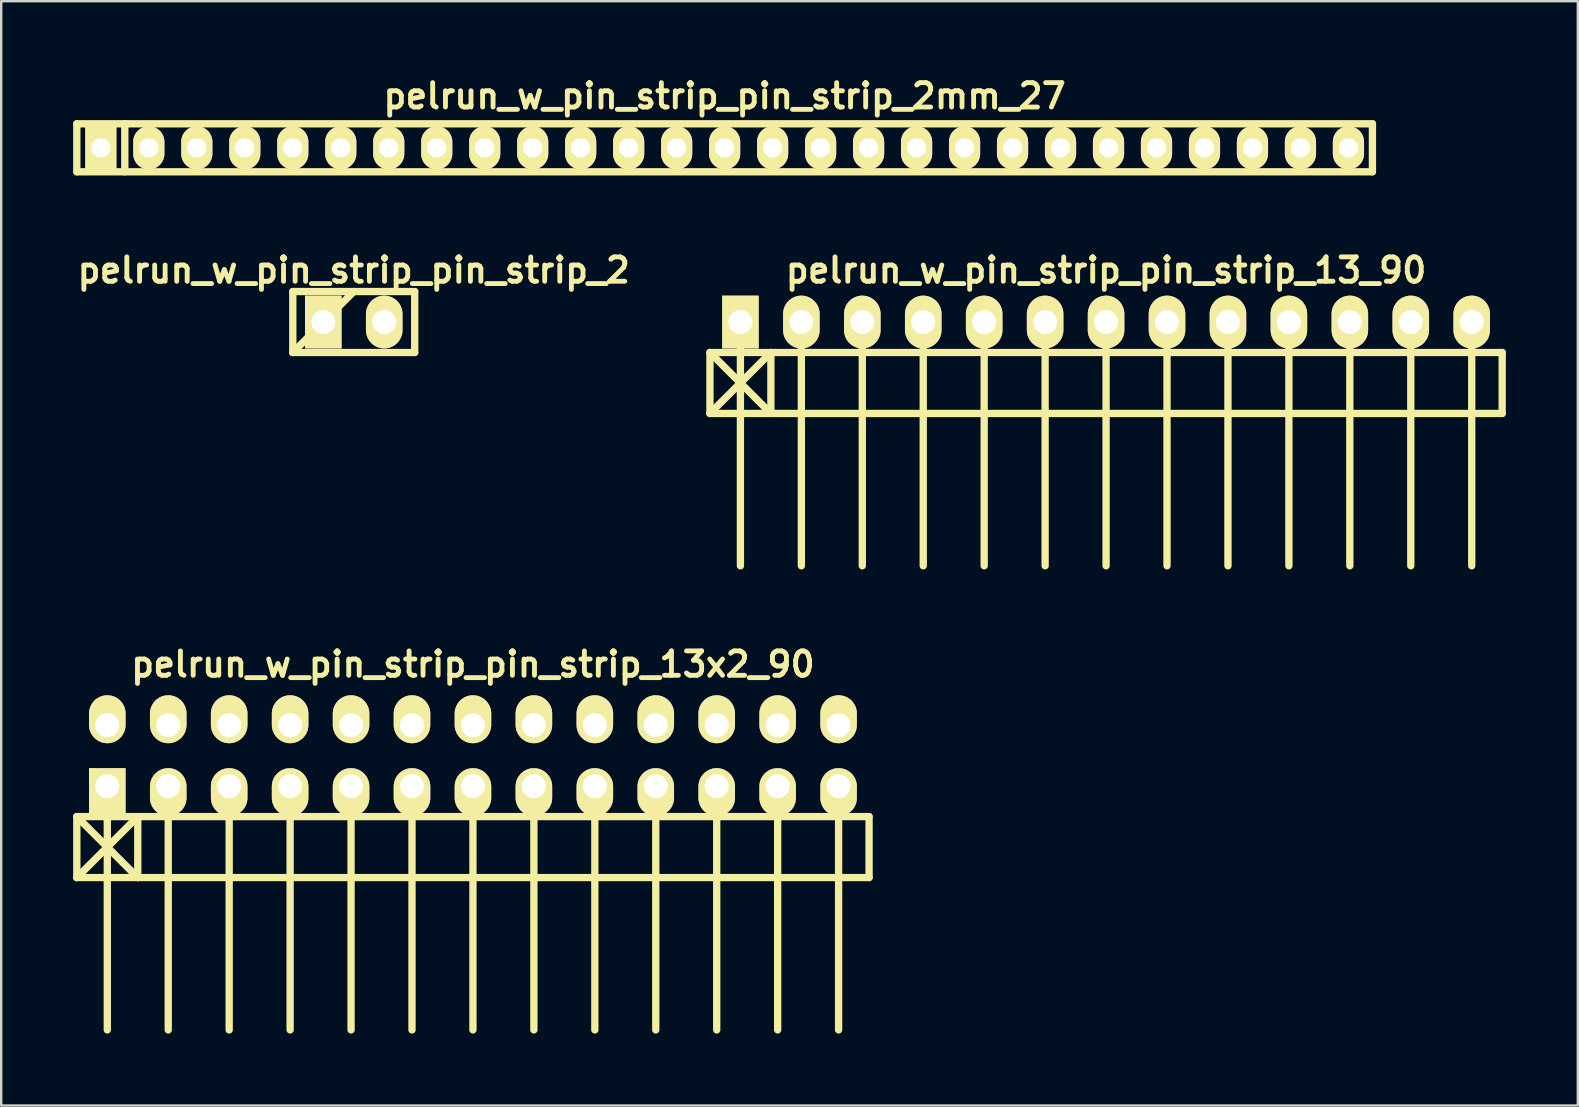
<source format=kicad_pcb>
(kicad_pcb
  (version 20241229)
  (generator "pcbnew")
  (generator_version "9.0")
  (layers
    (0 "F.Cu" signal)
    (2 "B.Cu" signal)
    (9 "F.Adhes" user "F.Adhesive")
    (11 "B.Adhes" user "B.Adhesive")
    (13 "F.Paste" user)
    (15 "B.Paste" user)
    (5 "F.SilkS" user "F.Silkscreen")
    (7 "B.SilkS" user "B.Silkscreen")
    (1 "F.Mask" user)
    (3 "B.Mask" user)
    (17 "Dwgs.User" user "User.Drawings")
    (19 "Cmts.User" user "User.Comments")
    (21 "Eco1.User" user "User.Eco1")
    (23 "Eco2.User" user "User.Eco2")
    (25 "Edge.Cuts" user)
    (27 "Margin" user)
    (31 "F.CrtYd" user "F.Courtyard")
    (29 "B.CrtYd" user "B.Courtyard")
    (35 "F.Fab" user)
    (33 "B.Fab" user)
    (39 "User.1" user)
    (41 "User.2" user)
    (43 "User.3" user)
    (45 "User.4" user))
  (footprint "pelrun_w_pin_strip_pin_strip_13x2_90"
    (layer "F.Cu")
    (at 16.662 28.446)
    (property "Reference" "pelrun_w_pin_strip_pin_strip_13x2_90" (at 0 -3.81 0) (layer "F.SilkS") (effects (font (size 1.016 1.016) (thickness 0.203))))
    (attr through_hole)
    (fp_line (start -16.51 2.54) (end -13.97 5.08) (stroke (width 0.305) (type solid)) (layer "F.SilkS"))
    (fp_line (start -16.51 2.54) (end 16.51 2.54) (stroke (width 0.305) (type solid)) (layer "F.SilkS"))
    (fp_line (start -16.51 5.08) (end -16.51 2.54) (stroke (width 0.305) (type solid)) (layer "F.SilkS"))
    (fp_line (start -15.24 1.27) (end -15.24 11.43) (stroke (width 0.305) (type solid)) (layer "F.SilkS"))
    (fp_line (start -13.97 2.54) (end -16.51 5.08) (stroke (width 0.305) (type solid)) (layer "F.SilkS"))
    (fp_line (start -13.97 5.08) (end -13.97 2.54) (stroke (width 0.305) (type solid)) (layer "F.SilkS"))
    (fp_line (start -12.7 1.27) (end -12.7 11.43) (stroke (width 0.305) (type solid)) (layer "F.SilkS"))
    (fp_line (start -10.16 11.43) (end -10.16 1.27) (stroke (width 0.305) (type solid)) (layer "F.SilkS"))
    (fp_line (start -7.62 1.27) (end -7.62 11.43) (stroke (width 0.305) (type solid)) (layer "F.SilkS"))
    (fp_line (start -5.08 1.27) (end -5.08 11.43) (stroke (width 0.305) (type solid)) (layer "F.SilkS"))
    (fp_line (start -2.54 1.27) (end -2.54 11.43) (stroke (width 0.305) (type solid)) (layer "F.SilkS"))
    (fp_line (start 0 1.27) (end 0 11.43) (stroke (width 0.305) (type solid)) (layer "F.SilkS"))
    (fp_line (start 2.54 1.27) (end 2.54 11.43) (stroke (width 0.305) (type solid)) (layer "F.SilkS"))
    (fp_line (start 5.08 1.27) (end 5.08 11.43) (stroke (width 0.305) (type solid)) (layer "F.SilkS"))
    (fp_line (start 7.62 1.27) (end 7.62 11.43) (stroke (width 0.305) (type solid)) (layer "F.SilkS"))
    (fp_line (start 10.16 1.27) (end 10.16 11.43) (stroke (width 0.305) (type solid)) (layer "F.SilkS"))
    (fp_line (start 12.7 1.27) (end 12.7 11.43) (stroke (width 0.305) (type solid)) (layer "F.SilkS"))
    (fp_line (start 15.24 11.43) (end 15.24 1.27) (stroke (width 0.305) (type solid)) (layer "F.SilkS"))
    (fp_line (start 16.51 2.54) (end 16.51 5.08) (stroke (width 0.305) (type solid)) (layer "F.SilkS"))
    (fp_line (start 16.51 5.08) (end -16.51 5.08) (stroke (width 0.305) (type solid)) (layer "F.SilkS"))
    (pad "1" thru_hole rect (at -15.24 1.27) (size 1.524 1.999) (drill 1.001 (offset 0 0.249)) (layers "*.Cu" "*.Mask" "F.SilkS"))
    (pad "2" thru_hole oval (at -15.24 -1.27) (size 1.524 1.999) (drill 1.001 (offset 0 -0.249)) (layers "*.Cu" "*.Mask" "F.SilkS"))
    (pad "3" thru_hole oval (at -12.7 1.27) (size 1.524 1.999) (drill 1.001 (offset 0 0.249)) (layers "*.Cu" "*.Mask" "F.SilkS"))
    (pad "4" thru_hole oval (at -12.7 -1.27) (size 1.524 1.999) (drill 1.001 (offset 0 -0.249)) (layers "*.Cu" "*.Mask" "F.SilkS"))
    (pad "5" thru_hole oval (at -10.16 1.27) (size 1.524 1.999) (drill 1.001 (offset 0 0.249)) (layers "*.Cu" "*.Mask" "F.SilkS"))
    (pad "6" thru_hole oval (at -10.16 -1.27) (size 1.524 1.999) (drill 1.001 (offset 0 -0.249)) (layers "*.Cu" "*.Mask" "F.SilkS"))
    (pad "7" thru_hole oval (at -7.62 1.27) (size 1.524 1.999) (drill 1.001 (offset 0 0.249)) (layers "*.Cu" "*.Mask" "F.SilkS"))
    (pad "8" thru_hole oval (at -7.62 -1.27) (size 1.524 1.999) (drill 1.001 (offset 0 -0.249)) (layers "*.Cu" "*.Mask" "F.SilkS"))
    (pad "9" thru_hole oval (at -5.08 1.27) (size 1.524 1.999) (drill 1.001 (offset 0 0.249)) (layers "*.Cu" "*.Mask" "F.SilkS"))
    (pad "10" thru_hole oval (at -5.08 -1.27) (size 1.524 1.999) (drill 1.001 (offset 0 -0.249)) (layers "*.Cu" "*.Mask" "F.SilkS"))
    (pad "11" thru_hole oval (at -2.54 1.27) (size 1.524 1.999) (drill 1.001 (offset 0 0.249)) (layers "*.Cu" "*.Mask" "F.SilkS"))
    (pad "12" thru_hole oval (at -2.54 -1.27) (size 1.524 1.999) (drill 1.001 (offset 0 -0.249)) (layers "*.Cu" "*.Mask" "F.SilkS"))
    (pad "13" thru_hole oval (at 0 1.27) (size 1.524 1.999) (drill 1.001 (offset 0 0.249)) (layers "*.Cu" "*.Mask" "F.SilkS"))
    (pad "14" thru_hole oval (at 0 -1.27) (size 1.524 1.999) (drill 1.001 (offset 0 -0.249)) (layers "*.Cu" "*.Mask" "F.SilkS"))
    (pad "15" thru_hole oval (at 2.54 1.27) (size 1.524 1.999) (drill 1.001 (offset 0 0.249)) (layers "*.Cu" "*.Mask" "F.SilkS"))
    (pad "16" thru_hole oval (at 2.54 -1.27) (size 1.524 1.999) (drill 1.001 (offset 0 -0.249)) (layers "*.Cu" "*.Mask" "F.SilkS"))
    (pad "17" thru_hole oval (at 5.08 1.27) (size 1.524 1.999) (drill 1.001 (offset 0 0.249)) (layers "*.Cu" "*.Mask" "F.SilkS"))
    (pad "18" thru_hole oval (at 5.08 -1.27) (size 1.524 1.999) (drill 1.001 (offset 0 -0.249)) (layers "*.Cu" "*.Mask" "F.SilkS"))
    (pad "19" thru_hole oval (at 7.62 1.27) (size 1.524 1.999) (drill 1.001 (offset 0 0.249)) (layers "*.Cu" "*.Mask" "F.SilkS"))
    (pad "20" thru_hole oval (at 7.62 -1.27) (size 1.524 1.999) (drill 1.001 (offset 0 -0.249)) (layers "*.Cu" "*.Mask" "F.SilkS"))
    (pad "21" thru_hole oval (at 10.16 1.27) (size 1.524 1.999) (drill 1.001 (offset 0 0.249)) (layers "*.Cu" "*.Mask" "F.SilkS"))
    (pad "22" thru_hole oval (at 10.16 -1.27) (size 1.524 1.999) (drill 1.001 (offset 0 -0.249)) (layers "*.Cu" "*.Mask" "F.SilkS"))
    (pad "23" thru_hole oval (at 12.7 1.27) (size 1.524 1.999) (drill 1.001 (offset 0 0.249)) (layers "*.Cu" "*.Mask" "F.SilkS"))
    (pad "24" thru_hole oval (at 12.7 -1.27) (size 1.524 1.999) (drill 1.001 (offset 0 -0.249)) (layers "*.Cu" "*.Mask" "F.SilkS"))
    (pad "25" thru_hole oval (at 15.24 1.27) (size 1.524 1.999) (drill 1.001 (offset 0 0.249)) (layers "*.Cu" "*.Mask" "F.SilkS"))
    (pad "26" thru_hole oval (at 15.24 -1.27) (size 1.524 1.999) (drill 1.001 (offset 0 -0.249)) (layers "*.Cu" "*.Mask" "F.SilkS")))
  (footprint "pelrun_w_pin_strip_pin_strip_2"
    (layer "F.Cu")
    (at 11.694 10.372)
    (property "Reference" "pelrun_w_pin_strip_pin_strip_2" (at 0 -2.159 0) (layer "F.SilkS") (effects (font (size 1.016 1.016) (thickness 0.203))))
    (attr through_hole)
    (fp_line (start -2.54 -1.27) (end 2.54 -1.27) (stroke (width 0.305) (type solid)) (layer "F.SilkS"))
    (fp_line (start -2.54 1.27) (end -2.54 -1.27) (stroke (width 0.305) (type solid)) (layer "F.SilkS"))
    (fp_line (start -2.54 1.27) (end 0 -1.27) (stroke (width 0.305) (type solid)) (layer "F.SilkS"))
    (fp_line (start 2.54 -1.27) (end 2.54 1.27) (stroke (width 0.305) (type solid)) (layer "F.SilkS"))
    (fp_line (start 2.54 1.27) (end -2.54 1.27) (stroke (width 0.305) (type solid)) (layer "F.SilkS"))
    (pad "1" thru_hole rect (at -1.27 0) (size 1.524 2.2) (drill 1.001) (layers "*.Cu" "*.Mask" "F.SilkS"))
    (pad "2" thru_hole oval (at 1.27 0) (size 1.524 2.2) (drill 1.001) (layers "*.Cu" "*.Mask" "F.SilkS")))
  (footprint "pelrun_w_pin_strip_pin_strip_2mm_27"
    (layer "F.Cu")
    (at 27.152 3.11)
    (property "Reference" "pelrun_w_pin_strip_pin_strip_2mm_27" (at 0 -2.159 0) (layer "F.SilkS") (effects (font (size 1.016 1.016) (thickness 0.203))))
    (attr through_hole)
    (fp_line (start -27 -1) (end 27 -1) (stroke (width 0.305) (type solid)) (layer "F.SilkS"))
    (fp_line (start -27 1) (end -27 -1) (stroke (width 0.305) (type solid)) (layer "F.SilkS"))
    (fp_line (start -25 -1) (end -25 1) (stroke (width 0.305) (type solid)) (layer "F.SilkS"))
    (fp_line (start 27 -1) (end 27 1) (stroke (width 0.305) (type solid)) (layer "F.SilkS"))
    (fp_line (start 27 1) (end -27 1) (stroke (width 0.305) (type solid)) (layer "F.SilkS"))
    (pad "1" thru_hole rect (at -26 0) (size 1.3 1.8) (drill 0.8) (layers "*.Cu" "*.Mask" "F.SilkS"))
    (pad "2" thru_hole oval (at -24 0) (size 1.3 1.8) (drill 0.8) (layers "*.Cu" "*.Mask" "F.SilkS"))
    (pad "3" thru_hole oval (at -22 0) (size 1.3 1.8) (drill 0.8) (layers "*.Cu" "*.Mask" "F.SilkS"))
    (pad "4" thru_hole oval (at -20 0) (size 1.3 1.8) (drill 0.8) (layers "*.Cu" "*.Mask" "F.SilkS"))
    (pad "5" thru_hole oval (at -18 0) (size 1.3 1.8) (drill 0.8) (layers "*.Cu" "*.Mask" "F.SilkS"))
    (pad "6" thru_hole oval (at -16 0) (size 1.3 1.8) (drill 0.8) (layers "*.Cu" "*.Mask" "F.SilkS"))
    (pad "7" thru_hole oval (at -14 0) (size 1.3 1.8) (drill 0.8) (layers "*.Cu" "*.Mask" "F.SilkS"))
    (pad "8" thru_hole oval (at -12 0) (size 1.3 1.8) (drill 0.8) (layers "*.Cu" "*.Mask" "F.SilkS"))
    (pad "9" thru_hole oval (at -10 0) (size 1.3 1.8) (drill 0.8) (layers "*.Cu" "*.Mask" "F.SilkS"))
    (pad "10" thru_hole oval (at -8 0) (size 1.3 1.8) (drill 0.8) (layers "*.Cu" "*.Mask" "F.SilkS"))
    (pad "11" thru_hole oval (at -6 0) (size 1.3 1.8) (drill 0.8) (layers "*.Cu" "*.Mask" "F.SilkS"))
    (pad "12" thru_hole oval (at -4 0) (size 1.3 1.8) (drill 0.8) (layers "*.Cu" "*.Mask" "F.SilkS"))
    (pad "13" thru_hole oval (at -2 0) (size 1.3 1.8) (drill 0.8) (layers "*.Cu" "*.Mask" "F.SilkS"))
    (pad "14" thru_hole oval (at 0 0) (size 1.3 1.8) (drill 0.8) (layers "*.Cu" "*.Mask" "F.SilkS"))
    (pad "15" thru_hole oval (at 2 0) (size 1.3 1.8) (drill 0.8) (layers "*.Cu" "*.Mask" "F.SilkS"))
    (pad "16" thru_hole oval (at 4 0) (size 1.3 1.8) (drill 0.8) (layers "*.Cu" "*.Mask" "F.SilkS"))
    (pad "17" thru_hole oval (at 6 0) (size 1.3 1.8) (drill 0.8) (layers "*.Cu" "*.Mask" "F.SilkS"))
    (pad "18" thru_hole oval (at 8 0) (size 1.3 1.8) (drill 0.8) (layers "*.Cu" "*.Mask" "F.SilkS"))
    (pad "19" thru_hole oval (at 10 0) (size 1.3 1.8) (drill 0.8) (layers "*.Cu" "*.Mask" "F.SilkS"))
    (pad "20" thru_hole oval (at 12 0) (size 1.3 1.8) (drill 0.8) (layers "*.Cu" "*.Mask" "F.SilkS"))
    (pad "21" thru_hole oval (at 14 0) (size 1.3 1.8) (drill 0.8) (layers "*.Cu" "*.Mask" "F.SilkS"))
    (pad "22" thru_hole oval (at 16 0) (size 1.3 1.8) (drill 0.8) (layers "*.Cu" "*.Mask" "F.SilkS"))
    (pad "23" thru_hole oval (at 18 0) (size 1.3 1.8) (drill 0.8) (layers "*.Cu" "*.Mask" "F.SilkS"))
    (pad "24" thru_hole oval (at 20 0) (size 1.3 1.8) (drill 0.8) (layers "*.Cu" "*.Mask" "F.SilkS"))
    (pad "25" thru_hole oval (at 22 0) (size 1.3 1.8) (drill 0.8) (layers "*.Cu" "*.Mask" "F.SilkS"))
    (pad "26" thru_hole oval (at 24 0) (size 1.3 1.8) (drill 0.8) (layers "*.Cu" "*.Mask" "F.SilkS"))
    (pad "27" thru_hole oval (at 26 0) (size 1.3 1.8) (drill 0.8) (layers "*.Cu" "*.Mask" "F.SilkS")))
  (footprint "pelrun_w_pin_strip_pin_strip_13_90"
    (layer "F.Cu")
    (at 43.05 10.372)
    (property "Reference" "pelrun_w_pin_strip_pin_strip_13_90" (at 0 -2.159 0) (layer "F.SilkS") (effects (font (size 1.016 1.016) (thickness 0.203))))
    (attr through_hole)
    (fp_line (start -16.51 1.27) (end 16.51 1.27) (stroke (width 0.305) (type solid)) (layer "F.SilkS"))
    (fp_line (start -16.51 3.81) (end -16.51 1.27) (stroke (width 0.305) (type solid)) (layer "F.SilkS"))
    (fp_line (start -16.51 3.81) (end -13.97 1.27) (stroke (width 0.305) (type solid)) (layer "F.SilkS"))
    (fp_line (start -15.24 0) (end -15.24 10.16) (stroke (width 0.305) (type solid)) (layer "F.SilkS"))
    (fp_line (start -13.97 1.27) (end -13.97 3.81) (stroke (width 0.305) (type solid)) (layer "F.SilkS"))
    (fp_line (start -13.97 3.81) (end -16.51 1.27) (stroke (width 0.305) (type solid)) (layer "F.SilkS"))
    (fp_line (start -12.7 0) (end -12.7 10.16) (stroke (width 0.305) (type solid)) (layer "F.SilkS"))
    (fp_line (start -10.16 10.16) (end -10.16 0) (stroke (width 0.305) (type solid)) (layer "F.SilkS"))
    (fp_line (start -7.62 0) (end -7.62 10.16) (stroke (width 0.305) (type solid)) (layer "F.SilkS"))
    (fp_line (start -5.08 0) (end -5.08 10.16) (stroke (width 0.305) (type solid)) (layer "F.SilkS"))
    (fp_line (start -2.54 0) (end -2.54 10.16) (stroke (width 0.305) (type solid)) (layer "F.SilkS"))
    (fp_line (start 0 0) (end 0 10.16) (stroke (width 0.305) (type solid)) (layer "F.SilkS"))
    (fp_line (start 2.54 0) (end 2.54 10.16) (stroke (width 0.305) (type solid)) (layer "F.SilkS"))
    (fp_line (start 5.08 0) (end 5.08 10.16) (stroke (width 0.305) (type solid)) (layer "F.SilkS"))
    (fp_line (start 7.62 0) (end 7.62 10.16) (stroke (width 0.305) (type solid)) (layer "F.SilkS"))
    (fp_line (start 10.16 0) (end 10.16 10.16) (stroke (width 0.305) (type solid)) (layer "F.SilkS"))
    (fp_line (start 12.7 0) (end 12.7 10.16) (stroke (width 0.305) (type solid)) (layer "F.SilkS"))
    (fp_line (start 15.24 10.16) (end 15.24 0) (stroke (width 0.305) (type solid)) (layer "F.SilkS"))
    (fp_line (start 16.51 1.27) (end 16.51 3.81) (stroke (width 0.305) (type solid)) (layer "F.SilkS"))
    (fp_line (start 16.51 3.81) (end -16.51 3.81) (stroke (width 0.305) (type solid)) (layer "F.SilkS"))
    (pad "1" thru_hole rect (at -15.24 0) (size 1.524 2.2) (drill 1.001) (layers "*.Cu" "*.Mask" "F.SilkS"))
    (pad "2" thru_hole oval (at -12.7 0) (size 1.524 2.2) (drill 1.001) (layers "*.Cu" "*.Mask" "F.SilkS"))
    (pad "3" thru_hole oval (at -10.16 0) (size 1.524 2.2) (drill 1.001) (layers "*.Cu" "*.Mask" "F.SilkS"))
    (pad "4" thru_hole oval (at -7.62 0) (size 1.524 2.2) (drill 1.001) (layers "*.Cu" "*.Mask" "F.SilkS"))
    (pad "5" thru_hole oval (at -5.08 0) (size 1.524 2.2) (drill 1.001) (layers "*.Cu" "*.Mask" "F.SilkS"))
    (pad "6" thru_hole oval (at -2.54 0) (size 1.524 2.2) (drill 1.001) (layers "*.Cu" "*.Mask" "F.SilkS"))
    (pad "7" thru_hole oval (at 0 0) (size 1.524 2.2) (drill 1.001) (layers "*.Cu" "*.Mask" "F.SilkS"))
    (pad "8" thru_hole oval (at 2.54 0) (size 1.524 2.2) (drill 1.001) (layers "*.Cu" "*.Mask" "F.SilkS"))
    (pad "9" thru_hole oval (at 5.08 0) (size 1.524 2.2) (drill 1.001) (layers "*.Cu" "*.Mask" "F.SilkS"))
    (pad "10" thru_hole oval (at 7.62 0) (size 1.524 2.2) (drill 1.001) (layers "*.Cu" "*.Mask" "F.SilkS"))
    (pad "11" thru_hole oval (at 10.16 0) (size 1.524 2.2) (drill 1.001) (layers "*.Cu" "*.Mask" "F.SilkS"))
    (pad "12" thru_hole oval (at 12.7 0) (size 1.524 2.2) (drill 1.001) (layers "*.Cu" "*.Mask" "F.SilkS"))
    (pad "13" thru_hole oval (at 15.24 0) (size 1.524 2.2) (drill 1.001) (layers "*.Cu" "*.Mask" "F.SilkS")))
  (gr_rect
    (start -3 -3)
    (end 62.712 43.028)
    (stroke (width 0.1) (type default))
    (fill no)
    (layer "Edge.Cuts")))
</source>
